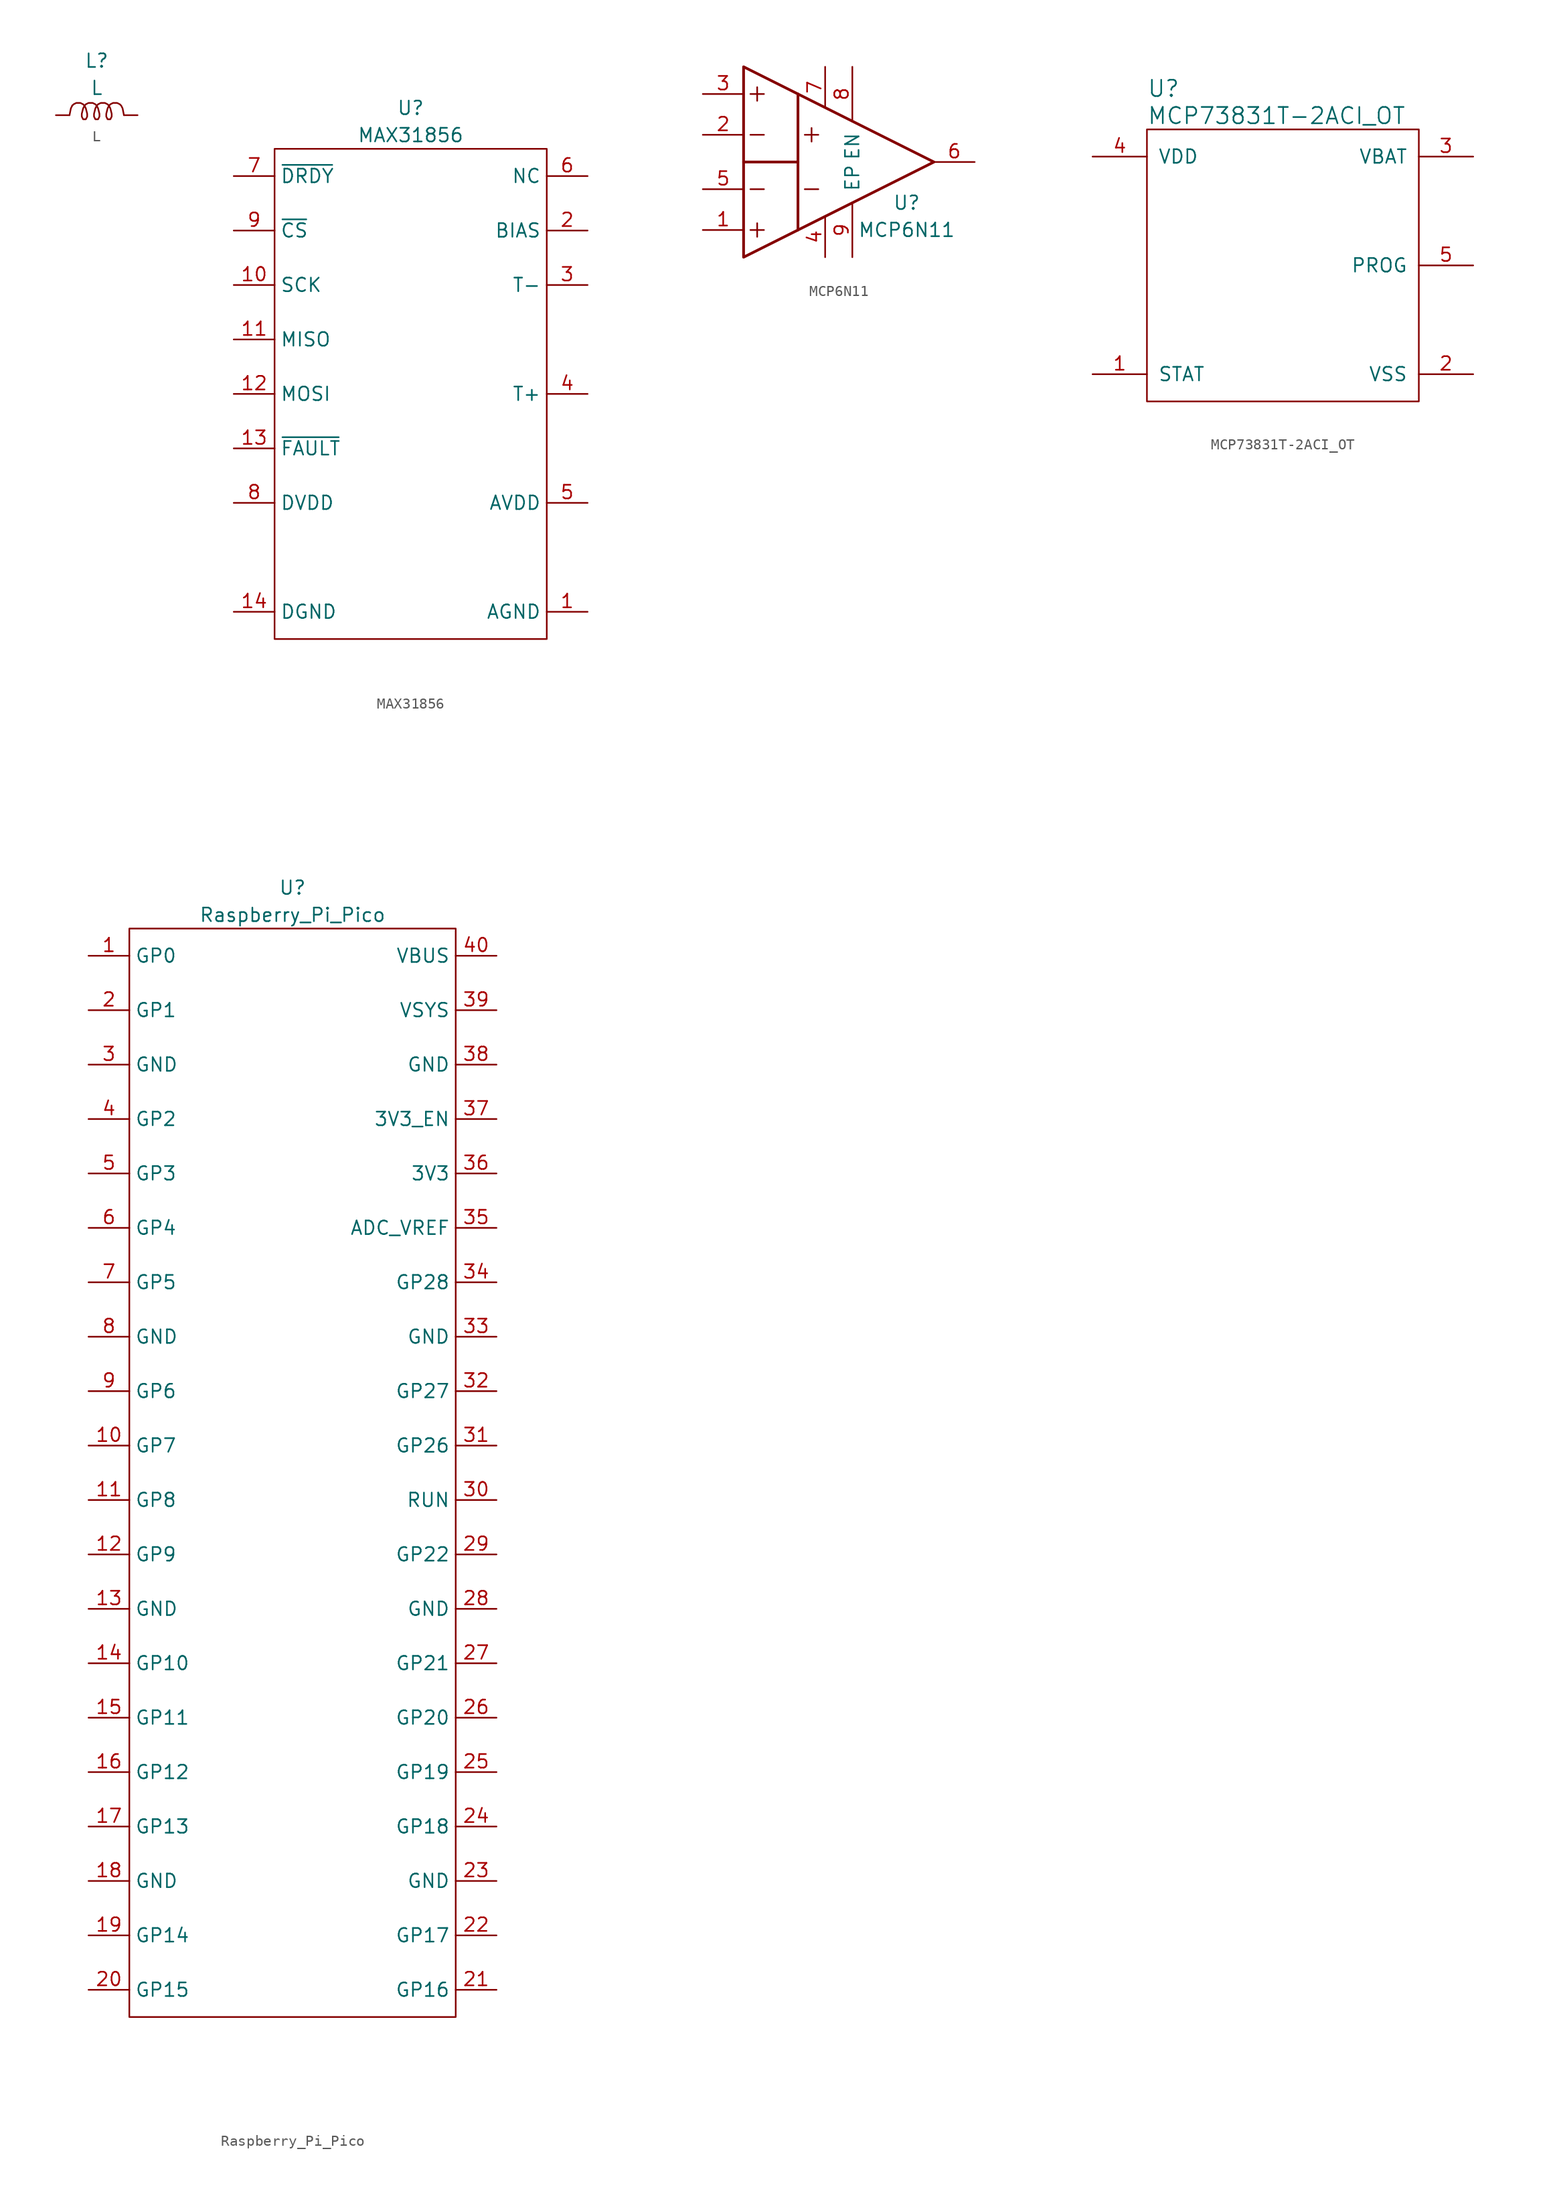
<source format=kicad_sym>
(kicad_symbol_lib
  (version 20231120)
  (generator "kicad_symbol_editor")
  (generator_version "8.0")
  (symbol "L"
    (pin_numbers hide)
    (pin_names hide)
    (property "Reference" "L"
      (at 0 5.08 0)
      (effects (font (size 1.27 1.27))))
    (property "Value" "L"
      (at 0 2.54 0)
      (effects (font (size 1.27 1.27))))
    (symbol "L_0_1"
      (polyline (pts (xy -2.54 0) (xy -2.413 0.635) (xy -2.286 0.889)) (stroke (width 0) (type default)) (fill (type none)))
      (polyline (pts (xy 1.143 0.889) (xy 1.27 1.016) (xy 1.524 1.143) (xy 1.905 1.143) (xy 2.159 1.016) (xy 2.286 0.889) (xy 2.413 0.635) (xy 2.54 0)) (stroke (width 0) (type default)) (fill (type none)))
      (polyline (pts (xy -2.286 0.889) (xy -2.159 1.016) (xy -1.905 1.143) (xy -1.524 1.143) (xy -1.27 1.016) (xy -1.143 0.889) (xy -1.016 0.635) (xy -0.889 0.127) (xy -0.889 -0.127) (xy -1.016 -0.381) (xy -1.27 -0.381) (xy -1.397 -0.127) (xy -1.397 0.127) (xy -1.27 0.635) (xy -1.143 0.889)) (stroke (width 0) (type default)) (fill (type none)))
      (polyline (pts (xy -1.143 0.889) (xy -1.016 1.016) (xy -0.762 1.143) (xy -0.381 1.143) (xy -0.127 1.016) (xy 0 0.889) (xy 0.127 0.635) (xy 0.254 0.127) (xy 0.254 -0.127) (xy 0.127 -0.381) (xy -0.127 -0.381) (xy -0.254 -0.127) (xy -0.254 0.127) (xy -0.127 0.635) (xy 0 0.889)) (stroke (width 0) (type default)) (fill (type none)))
      (polyline (pts (xy 0 0.889) (xy 0.127 1.016) (xy 0.381 1.143) (xy 0.762 1.143) (xy 1.016 1.016) (xy 1.143 0.889) (xy 1.27 0.635) (xy 1.397 0.127) (xy 1.397 -0.127) (xy 1.27 -0.381) (xy 1.016 -0.381) (xy 0.889 -0.127) (xy 0.889 0.127) (xy 1.016 0.635) (xy 1.143 0.889)) (stroke (width 0) (type default)) (fill (type none))))
    (symbol "L_1_1"
      (pin passive line (at -3.81 0 0) (length 1.27) (name "~" (effects (font (size 1.27 1.27)))) (number "1" (effects (font (size 1.27 1.27)))))
      (pin passive line (at 3.81 0 180) (length 1.27) (name "~" (effects (font (size 1.27 1.27)))) (number "2" (effects (font (size 1.27 1.27)))))))
  (symbol "MAX31856"
    (property "Reference" "U"
      (at 0 26.67 0)
      (effects (font (size 1.27 1.27))))
    (property "Value" "MAX31856"
      (at 0 24.13 0)
      (effects (font (size 1.27 1.27))))
    (symbol "MAX31856_0_1"
      (rectangle (start -12.7 22.86) (end 12.7 -22.86) (stroke (width 0) (type default)) (fill (type none))))
    (symbol "MAX31856_1_1"
      (pin input line (at 16.51 -20.32 180) (length 3.81) (name "AGND" (effects (font (size 1.27 1.27)))) (number "1" (effects (font (size 1.27 1.27)))))
      (pin input line (at -16.51 10.16 0) (length 3.81) (name "SCK" (effects (font (size 1.27 1.27)))) (number "10" (effects (font (size 1.27 1.27)))))
      (pin input line (at -16.51 5.08 0) (length 3.81) (name "MISO" (effects (font (size 1.27 1.27)))) (number "11" (effects (font (size 1.27 1.27)))))
      (pin input line (at -16.51 0 0) (length 3.81) (name "MOSI" (effects (font (size 1.27 1.27)))) (number "12" (effects (font (size 1.27 1.27)))))
      (pin input line (at -16.51 -5.08 0) (length 3.81) (name "~{FAULT}" (effects (font (size 1.27 1.27)))) (number "13" (effects (font (size 1.27 1.27)))))
      (pin input line (at -16.51 -20.32 0) (length 3.81) (name "DGND" (effects (font (size 1.27 1.27)))) (number "14" (effects (font (size 1.27 1.27)))))
      (pin input line (at 16.51 15.24 180) (length 3.81) (name "BIAS" (effects (font (size 1.27 1.27)))) (number "2" (effects (font (size 1.27 1.27)))))
      (pin input line (at 16.51 10.16 180) (length 3.81) (name "T-" (effects (font (size 1.27 1.27)))) (number "3" (effects (font (size 1.27 1.27)))))
      (pin input line (at 16.51 0 180) (length 3.81) (name "T+" (effects (font (size 1.27 1.27)))) (number "4" (effects (font (size 1.27 1.27)))))
      (pin input line (at 16.51 -10.16 180) (length 3.81) (name "AVDD" (effects (font (size 1.27 1.27)))) (number "5" (effects (font (size 1.27 1.27)))))
      (pin input line (at 16.51 20.32 180) (length 3.81) (name "NC" (effects (font (size 1.27 1.27)))) (number "6" (effects (font (size 1.27 1.27)))))
      (pin input line (at -16.51 20.32 0) (length 3.81) (name "~{DRDY}" (effects (font (size 1.27 1.27)))) (number "7" (effects (font (size 1.27 1.27)))))
      (pin input line (at -16.51 -10.16 0) (length 3.81) (name "DVDD" (effects (font (size 1.27 1.27)))) (number "8" (effects (font (size 1.27 1.27)))))
      (pin input line (at -16.51 15.24 0) (length 3.81) (name "~{CS}" (effects (font (size 1.27 1.27)))) (number "9" (effects (font (size 1.27 1.27)))))))
  (symbol "MCP6N11"
    (pin_names
      (offset 1.016))
    (property "Reference" "U"
      (at 7.62 -3.81 0)
      (effects (font (size 1.27 1.27))))
    (property "Value" "MCP6N11"
      (at 7.62 -6.35 0)
      (effects (font (size 1.27 1.27))))
    (symbol "MCP6N11_0_1"
      (polyline (pts (xy -7.62 0) (xy -2.54 0)) (stroke (width 0.254) (type default)) (fill (type none)))
      (polyline (pts (xy -6.985 -6.35) (xy -5.715 -6.35)) (stroke (width 0) (type default)) (fill (type none)))
      (polyline (pts (xy -6.985 -2.54) (xy -5.715 -2.54)) (stroke (width 0) (type default)) (fill (type none)))
      (polyline (pts (xy -6.985 2.54) (xy -5.715 2.54)) (stroke (width 0) (type default)) (fill (type none)))
      (polyline (pts (xy -6.985 6.35) (xy -5.715 6.35)) (stroke (width 0) (type default)) (fill (type none)))
      (polyline (pts (xy -6.35 -5.715) (xy -6.35 -6.985)) (stroke (width 0) (type default)) (fill (type none)))
      (polyline (pts (xy -6.35 6.985) (xy -6.35 5.715)) (stroke (width 0) (type default)) (fill (type none)))
      (polyline (pts (xy -1.905 -2.54) (xy -0.635 -2.54)) (stroke (width 0) (type default)) (fill (type none)))
      (polyline (pts (xy -1.905 2.54) (xy -0.635 2.54)) (stroke (width 0) (type default)) (fill (type none)))
      (polyline (pts (xy -1.27 3.175) (xy -1.27 1.905)) (stroke (width 0) (type default)) (fill (type none)))
      (polyline (pts (xy -2.54 6.35) (xy -7.62 8.89) (xy -7.62 -8.89) (xy -2.54 -6.35)) (stroke (width 0.254) (type default)) (fill (type none)))
      (polyline (pts (xy -2.54 0) (xy -2.54 6.35) (xy 10.16 0) (xy -2.54 -6.35) (xy -2.54 0)) (stroke (width 0.254) (type default)) (fill (type none))))
    (symbol "MCP6N11_1_1"
      (pin input line (at -11.43 -6.35 0) (length 3.81) (name "~" (effects (font (size 1.27 1.27)))) (number "1" (effects (font (size 1.27 1.27)))))
      (pin input line (at -11.43 2.54 0) (length 3.81) (name "~" (effects (font (size 1.27 1.27)))) (number "2" (effects (font (size 1.27 1.27)))))
      (pin input line (at -11.43 6.35 0) (length 3.81) (name "~" (effects (font (size 1.27 1.27)))) (number "3" (effects (font (size 1.27 1.27)))))
      (pin power_in line (at 0 -8.89 90) (length 3.81) (name "~" (effects (font (size 1.27 1.27)))) (number "4" (effects (font (size 1.27 1.27)))))
      (pin input line (at -11.43 -2.54 0) (length 3.81) (name "~" (effects (font (size 1.27 1.27)))) (number "5" (effects (font (size 1.27 1.27)))))
      (pin output line (at 13.97 0 180) (length 3.81) (name "~" (effects (font (size 1.27 1.27)))) (number "6" (effects (font (size 1.27 1.27)))))
      (pin power_in line (at 0 8.89 270) (length 3.81) (name "~" (effects (font (size 1.27 1.27)))) (number "7" (effects (font (size 1.27 1.27)))))
      (pin input line (at 2.54 8.89 270) (length 5.08) (name "EN" (effects (font (size 1.27 1.27)))) (number "8" (effects (font (size 1.27 1.27)))))
      (pin power_in line (at 2.54 -8.89 90) (length 5.08) (name "EP" (effects (font (size 1.27 1.27)))) (number "9" (effects (font (size 1.27 1.27)))))))
  (symbol "MCP73831T-2ACI_OT"
    (pin_names
      (offset 1.016))
    (property "Reference" "U"
      (at -12.7 16.51 0)
      (effects (font (size 1.524 1.524)) (justify left)))
    (property "Value" "MCP73831T-2ACI_OT"
      (at -12.7 13.97 0)
      (effects (font (size 1.524 1.524)) (justify left)))
    (symbol "MCP73831T-2ACI_OT_0_1"
      (rectangle (start 12.7 12.7) (end -12.7 -12.7) (stroke (width 0) (type default)) (fill (type none))))
    (symbol "MCP73831T-2ACI_OT_1_1"
      (pin input line (at -17.78 -10.16 0) (length 5.08) (name "STAT" (effects (font (size 1.27 1.27)))) (number "1" (effects (font (size 1.27 1.27)))))
      (pin input line (at 17.78 -10.16 180) (length 5.08) (name "VSS" (effects (font (size 1.27 1.27)))) (number "2" (effects (font (size 1.27 1.27)))))
      (pin input line (at 17.78 10.16 180) (length 5.08) (name "VBAT" (effects (font (size 1.27 1.27)))) (number "3" (effects (font (size 1.27 1.27)))))
      (pin input line (at -17.78 10.16 0) (length 5.08) (name "VDD" (effects (font (size 1.27 1.27)))) (number "4" (effects (font (size 1.27 1.27)))))
      (pin input line (at 17.78 0 180) (length 5.08) (name "PROG" (effects (font (size 1.27 1.27)))) (number "5" (effects (font (size 1.27 1.27)))))))
  (symbol "Raspberry_Pi_Pico"
    (property "Reference" "U"
      (at 0 54.61 0)
      (effects (font (size 1.27 1.27))))
    (property "Value" "Raspberry_Pi_Pico"
      (at 0 52.07 0)
      (effects (font (size 1.27 1.27))))
    (symbol "Raspberry_Pi_Pico_0_1"
      (rectangle (start -15.24 50.8) (end 15.24 -50.8) (stroke (width 0) (type default)) (fill (type none))))
    (symbol "Raspberry_Pi_Pico_1_1"
      (pin unspecified line (at -19.05 48.26 0) (length 3.81) (name "GP0" (effects (font (size 1.27 1.27)))) (number "1" (effects (font (size 1.27 1.27)))))
      (pin unspecified line (at -19.05 2.54 0) (length 3.81) (name "GP7" (effects (font (size 1.27 1.27)))) (number "10" (effects (font (size 1.27 1.27)))))
      (pin unspecified line (at -19.05 -2.54 0) (length 3.81) (name "GP8" (effects (font (size 1.27 1.27)))) (number "11" (effects (font (size 1.27 1.27)))))
      (pin unspecified line (at -19.05 -7.62 0) (length 3.81) (name "GP9" (effects (font (size 1.27 1.27)))) (number "12" (effects (font (size 1.27 1.27)))))
      (pin unspecified line (at -19.05 -12.7 0) (length 3.81) (name "GND" (effects (font (size 1.27 1.27)))) (number "13" (effects (font (size 1.27 1.27)))))
      (pin unspecified line (at -19.05 -17.78 0) (length 3.81) (name "GP10" (effects (font (size 1.27 1.27)))) (number "14" (effects (font (size 1.27 1.27)))))
      (pin unspecified line (at -19.05 -22.86 0) (length 3.81) (name "GP11" (effects (font (size 1.27 1.27)))) (number "15" (effects (font (size 1.27 1.27)))))
      (pin unspecified line (at -19.05 -27.94 0) (length 3.81) (name "GP12" (effects (font (size 1.27 1.27)))) (number "16" (effects (font (size 1.27 1.27)))))
      (pin unspecified line (at -19.05 -33.02 0) (length 3.81) (name "GP13" (effects (font (size 1.27 1.27)))) (number "17" (effects (font (size 1.27 1.27)))))
      (pin unspecified line (at -19.05 -38.1 0) (length 3.81) (name "GND" (effects (font (size 1.27 1.27)))) (number "18" (effects (font (size 1.27 1.27)))))
      (pin unspecified line (at -19.05 -43.18 0) (length 3.81) (name "GP14" (effects (font (size 1.27 1.27)))) (number "19" (effects (font (size 1.27 1.27)))))
      (pin unspecified line (at -19.05 43.18 0) (length 3.81) (name "GP1" (effects (font (size 1.27 1.27)))) (number "2" (effects (font (size 1.27 1.27)))))
      (pin unspecified line (at -19.05 -48.26 0) (length 3.81) (name "GP15" (effects (font (size 1.27 1.27)))) (number "20" (effects (font (size 1.27 1.27)))))
      (pin unspecified line (at 19.05 -48.26 180) (length 3.81) (name "GP16" (effects (font (size 1.27 1.27)))) (number "21" (effects (font (size 1.27 1.27)))))
      (pin unspecified line (at 19.05 -43.18 180) (length 3.81) (name "GP17" (effects (font (size 1.27 1.27)))) (number "22" (effects (font (size 1.27 1.27)))))
      (pin unspecified line (at 19.05 -38.1 180) (length 3.81) (name "GND" (effects (font (size 1.27 1.27)))) (number "23" (effects (font (size 1.27 1.27)))))
      (pin unspecified line (at 19.05 -33.02 180) (length 3.81) (name "GP18" (effects (font (size 1.27 1.27)))) (number "24" (effects (font (size 1.27 1.27)))))
      (pin unspecified line (at 19.05 -27.94 180) (length 3.81) (name "GP19" (effects (font (size 1.27 1.27)))) (number "25" (effects (font (size 1.27 1.27)))))
      (pin unspecified line (at 19.05 -22.86 180) (length 3.81) (name "GP20" (effects (font (size 1.27 1.27)))) (number "26" (effects (font (size 1.27 1.27)))))
      (pin unspecified line (at 19.05 -17.78 180) (length 3.81) (name "GP21" (effects (font (size 1.27 1.27)))) (number "27" (effects (font (size 1.27 1.27)))))
      (pin unspecified line (at 19.05 -12.7 180) (length 3.81) (name "GND" (effects (font (size 1.27 1.27)))) (number "28" (effects (font (size 1.27 1.27)))))
      (pin unspecified line (at 19.05 -7.62 180) (length 3.81) (name "GP22" (effects (font (size 1.27 1.27)))) (number "29" (effects (font (size 1.27 1.27)))))
      (pin unspecified line (at -19.05 38.1 0) (length 3.81) (name "GND" (effects (font (size 1.27 1.27)))) (number "3" (effects (font (size 1.27 1.27)))))
      (pin unspecified line (at 19.05 -2.54 180) (length 3.81) (name "RUN" (effects (font (size 1.27 1.27)))) (number "30" (effects (font (size 1.27 1.27)))))
      (pin unspecified line (at 19.05 2.54 180) (length 3.81) (name "GP26" (effects (font (size 1.27 1.27)))) (number "31" (effects (font (size 1.27 1.27)))))
      (pin unspecified line (at 19.05 7.62 180) (length 3.81) (name "GP27" (effects (font (size 1.27 1.27)))) (number "32" (effects (font (size 1.27 1.27)))))
      (pin unspecified line (at 19.05 12.7 180) (length 3.81) (name "GND" (effects (font (size 1.27 1.27)))) (number "33" (effects (font (size 1.27 1.27)))))
      (pin unspecified line (at 19.05 17.78 180) (length 3.81) (name "GP28" (effects (font (size 1.27 1.27)))) (number "34" (effects (font (size 1.27 1.27)))))
      (pin unspecified line (at 19.05 22.86 180) (length 3.81) (name "ADC_VREF" (effects (font (size 1.27 1.27)))) (number "35" (effects (font (size 1.27 1.27)))))
      (pin unspecified line (at 19.05 27.94 180) (length 3.81) (name "3V3" (effects (font (size 1.27 1.27)))) (number "36" (effects (font (size 1.27 1.27)))))
      (pin unspecified line (at 19.05 33.02 180) (length 3.81) (name "3V3_EN" (effects (font (size 1.27 1.27)))) (number "37" (effects (font (size 1.27 1.27)))))
      (pin unspecified line (at 19.05 38.1 180) (length 3.81) (name "GND" (effects (font (size 1.27 1.27)))) (number "38" (effects (font (size 1.27 1.27)))))
      (pin unspecified line (at 19.05 43.18 180) (length 3.81) (name "VSYS" (effects (font (size 1.27 1.27)))) (number "39" (effects (font (size 1.27 1.27)))))
      (pin unspecified line (at -19.05 33.02 0) (length 3.81) (name "GP2" (effects (font (size 1.27 1.27)))) (number "4" (effects (font (size 1.27 1.27)))))
      (pin unspecified line (at 19.05 48.26 180) (length 3.81) (name "VBUS" (effects (font (size 1.27 1.27)))) (number "40" (effects (font (size 1.27 1.27)))))
      (pin unspecified line (at -19.05 27.94 0) (length 3.81) (name "GP3" (effects (font (size 1.27 1.27)))) (number "5" (effects (font (size 1.27 1.27)))))
      (pin unspecified line (at -19.05 22.86 0) (length 3.81) (name "GP4" (effects (font (size 1.27 1.27)))) (number "6" (effects (font (size 1.27 1.27)))))
      (pin unspecified line (at -19.05 17.78 0) (length 3.81) (name "GP5" (effects (font (size 1.27 1.27)))) (number "7" (effects (font (size 1.27 1.27)))))
      (pin unspecified line (at -19.05 12.7 0) (length 3.81) (name "GND" (effects (font (size 1.27 1.27)))) (number "8" (effects (font (size 1.27 1.27)))))
      (pin unspecified line (at -19.05 7.62 0) (length 3.81) (name "GP6" (effects (font (size 1.27 1.27)))) (number "9" (effects (font (size 1.27 1.27))))))))
</source>
